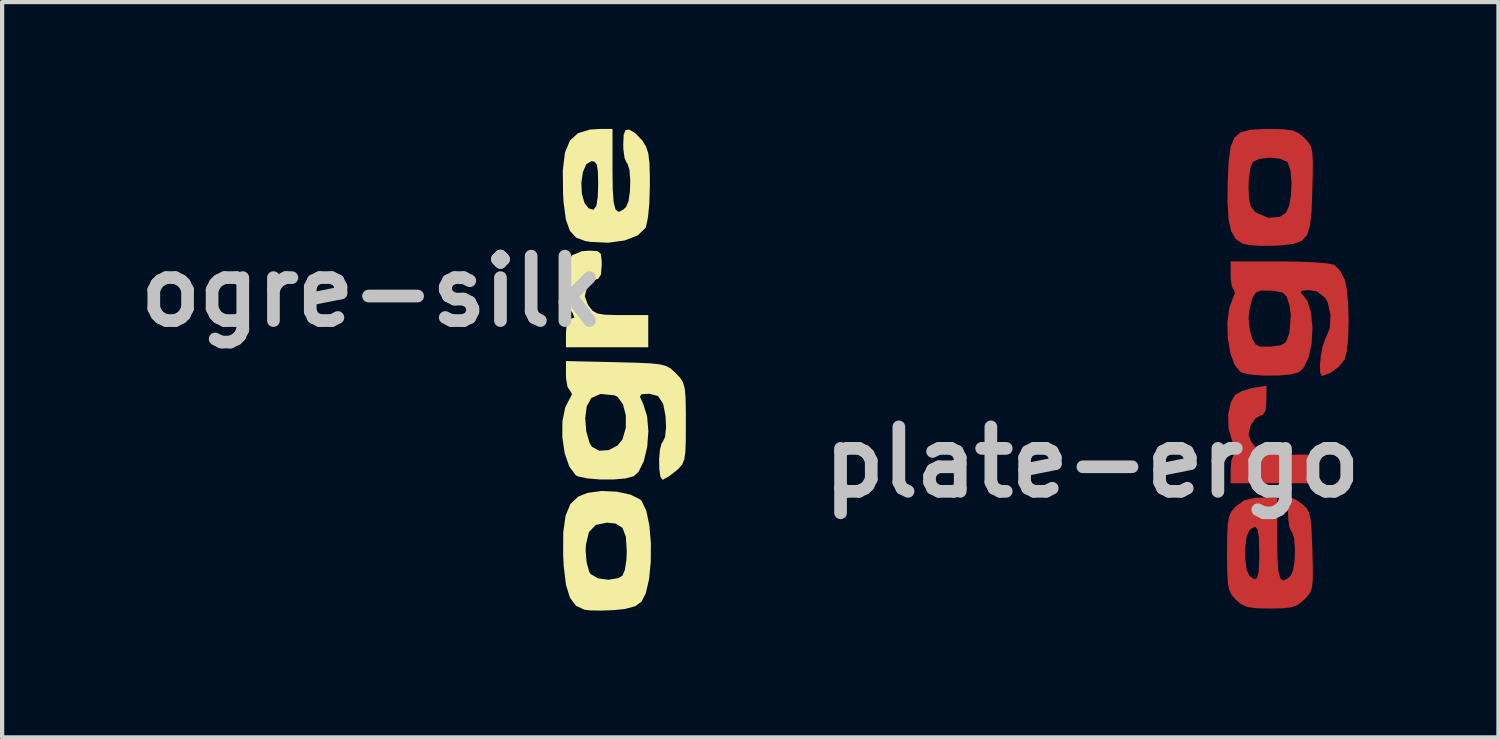
<source format=kicad_pcb>
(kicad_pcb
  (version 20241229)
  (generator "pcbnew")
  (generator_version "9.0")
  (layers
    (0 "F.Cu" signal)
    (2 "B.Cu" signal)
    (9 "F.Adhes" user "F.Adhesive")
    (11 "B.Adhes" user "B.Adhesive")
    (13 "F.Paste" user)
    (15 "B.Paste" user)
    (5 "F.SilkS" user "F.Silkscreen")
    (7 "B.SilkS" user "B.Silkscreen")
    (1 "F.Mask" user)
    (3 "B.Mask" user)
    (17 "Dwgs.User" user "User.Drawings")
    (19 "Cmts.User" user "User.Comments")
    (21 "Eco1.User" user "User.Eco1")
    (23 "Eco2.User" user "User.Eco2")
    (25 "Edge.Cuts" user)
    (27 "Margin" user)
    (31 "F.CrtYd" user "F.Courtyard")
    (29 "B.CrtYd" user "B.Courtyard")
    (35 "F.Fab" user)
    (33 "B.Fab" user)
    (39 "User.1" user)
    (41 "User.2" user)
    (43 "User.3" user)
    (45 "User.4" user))
  (footprint "ogre-silk"
    (layer "F.Cu")
    (at 11.1 5.673)
    (property "Reference" "ogre-silk" (at -5.359 -1.829 0) (layer "Dwgs.User") (effects (font (size 1.524 1.524) (thickness 0.3))))
    (attr through_hole)
    (fp_poly (pts (xy -0.016 -2.783) (xy 0.064 -2.716) (xy 0.084 -2.546) (xy 0.085 -2.455) (xy 0.064 -2.221) (xy -0.004 -2.124) (xy -0.044 -2.117) (xy -0.172 -2.047) (xy -0.268 -1.908) (xy -0.317 -1.716) (xy -0.249 -1.529) (xy -0.222 -1.485) (xy -0.135 -1.374) (xy -0.027 -1.31) (xy 0.147 -1.279) (xy 0.432 -1.27) (xy 0.552 -1.27) (xy 1.185 -1.27) (xy 1.185 -0.508) (xy -0.762 -0.508) (xy -0.762 -0.847) (xy -0.742 -1.081) (xy -0.674 -1.178) (xy -0.632 -1.185) (xy -0.565 -1.211) (xy -0.6 -1.309) (xy -0.686 -1.433) (xy -0.798 -1.624) (xy -0.84 -1.833) (xy -0.827 -2.125) (xy -0.758 -2.473) (xy -0.617 -2.684) (xy -0.383 -2.781) (xy -0.195 -2.794)) (stroke (width 0) (type solid)) (fill yes) (layer "F.SilkS"))
    (fp_poly (pts (xy 0.441 2.908) (xy 0.762 2.977) (xy 0.989 3.09) (xy 1.029 3.129) (xy 1.139 3.361) (xy 1.212 3.709) (xy 1.247 4.127) (xy 1.244 4.564) (xy 1.205 4.975) (xy 1.127 5.311) (xy 1.029 5.505) (xy 0.881 5.616) (xy 0.637 5.682) (xy 0.381 5.709) (xy 0.072 5.721) (xy -0.194 5.716) (xy -0.32 5.702) (xy -0.521 5.61) (xy -0.666 5.42) (xy -0.761 5.113) (xy -0.815 4.668) (xy -0.828 4.41) (xy -0.828 4.318) (xy -0.296 4.318) (xy -0.272 4.588) (xy -0.212 4.801) (xy -0.18 4.855) (xy -0.004 4.958) (xy 0.243 4.992) (xy 0.476 4.954) (xy 0.576 4.894) (xy 0.632 4.757) (xy 0.669 4.514) (xy 0.677 4.318) (xy 0.655 3.973) (xy 0.575 3.764) (xy 0.417 3.663) (xy 0.205 3.641) (xy -0.058 3.695) (xy -0.22 3.866) (xy -0.291 4.168) (xy -0.296 4.318) (xy -0.828 4.318) (xy -0.826 3.872) (xy -0.771 3.476) (xy -0.656 3.2) (xy -0.471 3.024) (xy -0.254 2.937) (xy 0.084 2.892)) (stroke (width 0) (type solid)) (fill yes) (layer "F.SilkS"))
    (fp_poly (pts (xy 0.339 -4.699) (xy 0.345 -4.237) (xy 0.368 -3.929) (xy 0.414 -3.759) (xy 0.488 -3.71) (xy 0.597 -3.768) (xy 0.66 -3.827) (xy 0.718 -3.965) (xy 0.752 -4.197) (xy 0.759 -4.464) (xy 0.741 -4.702) (xy 0.694 -4.851) (xy 0.677 -4.868) (xy 0.626 -4.978) (xy 0.596 -5.193) (xy 0.593 -5.303) (xy 0.604 -5.541) (xy 0.649 -5.647) (xy 0.732 -5.658) (xy 0.875 -5.575) (xy 1.036 -5.409) (xy 1.048 -5.393) (xy 1.133 -5.255) (xy 1.186 -5.093) (xy 1.214 -4.862) (xy 1.223 -4.522) (xy 1.223 -4.334) (xy 1.211 -3.92) (xy 1.179 -3.583) (xy 1.133 -3.363) (xy 1.117 -3.327) (xy 0.933 -3.153) (xy 0.627 -3.035) (xy 0.241 -2.981) (xy -0.183 -3.001) (xy -0.309 -3.022) (xy -0.521 -3.102) (xy -0.669 -3.263) (xy -0.764 -3.529) (xy -0.817 -3.927) (xy -0.831 -4.142) (xy -0.833 -4.399) (xy -0.398 -4.399) (xy -0.385 -4.137) (xy -0.321 -3.915) (xy -0.224 -3.794) (xy -0.113 -3.762) (xy -0.043 -3.85) (xy -0.008 -4.075) (xy 0 -4.365) (xy -0.006 -4.663) (xy -0.031 -4.828) (xy -0.085 -4.898) (xy -0.16 -4.911) (xy -0.282 -4.837) (xy -0.362 -4.649) (xy -0.398 -4.399) (xy -0.833 -4.399) (xy -0.836 -4.7) (xy -0.786 -5.112) (xy -0.669 -5.397) (xy -0.476 -5.573) (xy -0.196 -5.658) (xy 0.048 -5.673) (xy 0.339 -5.673)) (stroke (width 0) (type solid)) (fill yes) (layer "F.SilkS"))
    (fp_poly (pts (xy 0.422 -0.155) (xy 0.891 -0.143) (xy 1.223 -0.128) (xy 1.449 -0.105) (xy 1.6 -0.068) (xy 1.707 -0.012) (xy 1.802 0.071) (xy 1.84 0.108) (xy 1.942 0.218) (xy 2.01 0.327) (xy 2.049 0.473) (xy 2.068 0.693) (xy 2.074 1.023) (xy 2.074 1.279) (xy 2.073 1.689) (xy 2.063 1.966) (xy 2.037 2.145) (xy 1.989 2.263) (xy 1.909 2.356) (xy 1.837 2.42) (xy 1.661 2.555) (xy 1.533 2.623) (xy 1.519 2.625) (xy 1.471 2.551) (xy 1.446 2.368) (xy 1.442 2.137) (xy 1.461 1.916) (xy 1.501 1.764) (xy 1.524 1.736) (xy 1.582 1.616) (xy 1.606 1.392) (xy 1.594 1.123) (xy 1.547 0.872) (xy 1.526 0.81) (xy 1.414 0.644) (xy 1.218 0.593) (xy 1.192 0.593) (xy 1.023 0.602) (xy 0.988 0.663) (xy 1.062 0.823) (xy 1.063 0.826) (xy 1.157 1.12) (xy 1.188 1.477) (xy 1.16 1.849) (xy 1.08 2.186) (xy 0.955 2.439) (xy 0.843 2.542) (xy 0.652 2.594) (xy 0.364 2.62) (xy 0.04 2.619) (xy -0.261 2.594) (xy -0.479 2.546) (xy -0.53 2.519) (xy -0.685 2.311) (xy -0.793 1.994) (xy -0.848 1.62) (xy -0.846 1.244) (xy -0.832 1.174) (xy -0.306 1.174) (xy -0.28 1.489) (xy -0.202 1.756) (xy -0.148 1.846) (xy 0.026 1.94) (xy 0.25 1.924) (xy 0.461 1.813) (xy 0.579 1.664) (xy 0.655 1.389) (xy 0.654 1.096) (xy 0.584 0.836) (xy 0.457 0.663) (xy 0.384 0.628) (xy 0.058 0.596) (xy -0.161 0.691) (xy -0.271 0.889) (xy -0.306 1.174) (xy -0.832 1.174) (xy -0.78 0.919) (xy -0.704 0.765) (xy -0.618 0.603) (xy -0.658 0.529) (xy -0.661 0.527) (xy -0.725 0.43) (xy -0.76 0.227) (xy -0.762 0.156) (xy -0.762 -0.182)) (stroke (width 0) (type solid)) (fill yes) (layer "F.SilkS")))
  (footprint "plate-ergo"
    (layer "F.Cu")
    (at 26.824 5.673)
    (property "Reference" "plate-ergo" (at -4.039 2.21 0) (layer "Dwgs.User") (effects (font (size 1.524 1.524) (thickness 0.3))))
    (attr through_hole)
    (fp_poly (pts (xy 0.085 0.751) (xy 0.064 0.993) (xy -0.003 1.094) (xy -0.039 1.101) (xy -0.178 1.174) (xy -0.292 1.35) (xy -0.339 1.561) (xy -0.282 1.715) (xy -0.169 1.863) (xy -0.04 1.957) (xy 0.141 2.009) (xy 0.421 2.03) (xy 0.593 2.032) (xy 1.185 2.032) (xy 1.185 2.709) (xy -0.762 2.709) (xy -0.762 2.378) (xy -0.742 2.16) (xy -0.691 2.029) (xy -0.674 2.017) (xy -0.645 1.927) (xy -0.715 1.728) (xy -0.726 1.706) (xy -0.812 1.413) (xy -0.821 1.085) (xy -0.758 0.79) (xy -0.657 0.621) (xy -0.497 0.528) (xy -0.26 0.458) (xy -0.227 0.452) (xy 0.085 0.401)) (stroke (width 0) (type solid)) (fill yes) (layer "F.Cu"))
    (fp_poly (pts (xy 0.479 -5.666) (xy 0.696 -5.638) (xy 0.845 -5.576) (xy 0.976 -5.466) (xy 0.985 -5.458) (xy 1.075 -5.36) (xy 1.135 -5.26) (xy 1.169 -5.122) (xy 1.182 -4.913) (xy 1.18 -4.597) (xy 1.171 -4.233) (xy 1.153 -3.743) (xy 1.118 -3.397) (xy 1.048 -3.167) (xy 0.927 -3.029) (xy 0.736 -2.956) (xy 0.458 -2.921) (xy 0.283 -2.91) (xy -0.043 -2.906) (xy -0.323 -2.925) (xy -0.488 -2.961) (xy -0.644 -3.071) (xy -0.751 -3.259) (xy -0.813 -3.548) (xy -0.837 -3.962) (xy -0.833 -4.306) (xy -0.339 -4.306) (xy -0.327 -4.011) (xy -0.283 -3.833) (xy -0.19 -3.718) (xy -0.15 -3.688) (xy 0.128 -3.57) (xy 0.394 -3.592) (xy 0.544 -3.689) (xy 0.622 -3.853) (xy 0.667 -4.117) (xy 0.678 -4.418) (xy 0.653 -4.691) (xy 0.591 -4.875) (xy 0.576 -4.894) (xy 0.409 -4.968) (xy 0.162 -4.992) (xy -0.083 -4.965) (xy -0.237 -4.894) (xy -0.293 -4.758) (xy -0.33 -4.514) (xy -0.339 -4.306) (xy -0.833 -4.306) (xy -0.832 -4.415) (xy -0.809 -4.901) (xy -0.764 -5.243) (xy -0.675 -5.466) (xy -0.523 -5.595) (xy -0.29 -5.655) (xy 0.045 -5.672) (xy 0.144 -5.673)) (stroke (width 0) (type solid)) (fill yes) (layer "F.Cu"))
    (fp_poly (pts (xy 0.339 4.022) (xy 0.345 4.483) (xy 0.368 4.791) (xy 0.414 4.962) (xy 0.488 5.011) (xy 0.597 4.953) (xy 0.66 4.894) (xy 0.718 4.756) (xy 0.752 4.523) (xy 0.759 4.257) (xy 0.741 4.019) (xy 0.694 3.869) (xy 0.677 3.852) (xy 0.627 3.749) (xy 0.6 3.554) (xy 0.595 3.332) (xy 0.615 3.143) (xy 0.659 3.05) (xy 0.668 3.048) (xy 0.782 3.097) (xy 0.943 3.21) (xy 1.032 3.294) (xy 1.091 3.398) (xy 1.129 3.559) (xy 1.152 3.81) (xy 1.168 4.187) (xy 1.172 4.307) (xy 1.182 4.718) (xy 1.181 4.996) (xy 1.161 5.178) (xy 1.116 5.3) (xy 1.042 5.399) (xy 0.985 5.457) (xy 0.849 5.573) (xy 0.698 5.638) (xy 0.479 5.667) (xy 0.169 5.673) (xy -0.161 5.665) (xy -0.374 5.634) (xy -0.522 5.565) (xy -0.639 5.465) (xy -0.732 5.36) (xy -0.792 5.245) (xy -0.827 5.082) (xy -0.842 4.834) (xy -0.847 4.462) (xy -0.847 4.36) (xy -0.846 4.23) (xy -0.417 4.23) (xy -0.416 4.512) (xy -0.382 4.758) (xy -0.322 4.894) (xy -0.211 4.979) (xy -0.14 4.954) (xy -0.1 4.803) (xy -0.086 4.506) (xy -0.085 4.36) (xy -0.093 4.007) (xy -0.122 3.806) (xy -0.181 3.737) (xy -0.277 3.785) (xy -0.322 3.827) (xy -0.386 3.979) (xy -0.417 4.23) (xy -0.846 4.23) (xy -0.844 3.956) (xy -0.831 3.684) (xy -0.802 3.505) (xy -0.748 3.383) (xy -0.662 3.28) (xy -0.639 3.256) (xy -0.44 3.111) (xy -0.187 3.053) (xy -0.046 3.048) (xy 0.339 3.048)) (stroke (width 0) (type solid)) (fill yes) (layer "F.Cu"))
    (fp_poly (pts (xy 0.822 -2.534) (xy 1.207 -2.518) (xy 1.502 -2.494) (xy 1.673 -2.464) (xy 1.69 -2.457) (xy 1.825 -2.322) (xy 1.937 -2.111) (xy 1.938 -2.106) (xy 1.989 -1.863) (xy 2.019 -1.52) (xy 2.029 -1.13) (xy 2.019 -0.748) (xy 1.988 -0.427) (xy 1.938 -0.225) (xy 1.803 -0.053) (xy 1.601 0.097) (xy 1.409 0.169) (xy 1.393 0.169) (xy 1.356 0.096) (xy 1.351 -0.084) (xy 1.373 -0.315) (xy 1.416 -0.538) (xy 1.473 -0.697) (xy 1.484 -0.715) (xy 1.584 -0.962) (xy 1.6 -1.274) (xy 1.534 -1.569) (xy 1.477 -1.674) (xy 1.277 -1.831) (xy 1.075 -1.861) (xy 0.917 -1.845) (xy 0.895 -1.804) (xy 0.905 -1.796) (xy 1.051 -1.614) (xy 1.14 -1.322) (xy 1.174 -0.968) (xy 1.154 -0.6) (xy 1.082 -0.266) (xy 0.959 -0.015) (xy 0.849 0.084) (xy 0.661 0.134) (xy 0.371 0.16) (xy 0.042 0.163) (xy -0.264 0.142) (xy -0.484 0.098) (xy -0.526 0.08) (xy -0.666 -0.087) (xy -0.769 -0.37) (xy -0.829 -0.72) (xy -0.84 -1.089) (xy -0.827 -1.185) (xy -0.339 -1.185) (xy -0.307 -0.914) (xy -0.254 -0.72) (xy -0.181 -0.58) (xy -0.066 -0.523) (xy 0.15 -0.522) (xy 0.19 -0.524) (xy 0.421 -0.553) (xy 0.54 -0.625) (xy 0.608 -0.788) (xy 0.629 -0.868) (xy 0.662 -1.275) (xy 0.629 -1.503) (xy 0.565 -1.704) (xy 0.469 -1.801) (xy 0.281 -1.839) (xy 0.19 -1.846) (xy -0.044 -1.851) (xy -0.169 -1.802) (xy -0.244 -1.675) (xy -0.254 -1.65) (xy -0.32 -1.388) (xy -0.339 -1.185) (xy -0.827 -1.185) (xy -0.797 -1.426) (xy -0.724 -1.63) (xy -0.663 -1.789) (xy -0.678 -1.862) (xy -0.682 -1.863) (xy -0.732 -1.938) (xy -0.76 -2.125) (xy -0.762 -2.201) (xy -0.762 -2.54) (xy 0.387 -2.54)) (stroke (width 0) (type solid)) (fill yes) (layer "F.Cu"))
    (fp_poly (pts (xy 0.085 0.751) (xy 0.064 0.993) (xy -0.003 1.094) (xy -0.039 1.101) (xy -0.178 1.174) (xy -0.292 1.35) (xy -0.339 1.561) (xy -0.282 1.715) (xy -0.169 1.863) (xy -0.04 1.957) (xy 0.141 2.009) (xy 0.421 2.03) (xy 0.593 2.032) (xy 1.185 2.032) (xy 1.185 2.709) (xy -0.762 2.709) (xy -0.762 2.378) (xy -0.742 2.16) (xy -0.691 2.029) (xy -0.674 2.017) (xy -0.645 1.927) (xy -0.715 1.728) (xy -0.726 1.706) (xy -0.812 1.413) (xy -0.821 1.085) (xy -0.758 0.79) (xy -0.657 0.621) (xy -0.497 0.528) (xy -0.26 0.458) (xy -0.227 0.452) (xy 0.085 0.401)) (stroke (width 0) (type solid)) (fill yes) (layer "F.Mask"))
    (fp_poly (pts (xy 0.479 -5.666) (xy 0.696 -5.638) (xy 0.845 -5.576) (xy 0.976 -5.466) (xy 0.985 -5.458) (xy 1.075 -5.36) (xy 1.135 -5.26) (xy 1.169 -5.122) (xy 1.182 -4.913) (xy 1.18 -4.597) (xy 1.171 -4.233) (xy 1.153 -3.743) (xy 1.118 -3.397) (xy 1.048 -3.167) (xy 0.927 -3.029) (xy 0.736 -2.956) (xy 0.458 -2.921) (xy 0.283 -2.91) (xy -0.043 -2.906) (xy -0.323 -2.925) (xy -0.488 -2.961) (xy -0.644 -3.071) (xy -0.751 -3.259) (xy -0.813 -3.548) (xy -0.837 -3.962) (xy -0.833 -4.306) (xy -0.339 -4.306) (xy -0.327 -4.011) (xy -0.283 -3.833) (xy -0.19 -3.718) (xy -0.15 -3.688) (xy 0.128 -3.57) (xy 0.394 -3.592) (xy 0.544 -3.689) (xy 0.622 -3.853) (xy 0.667 -4.117) (xy 0.678 -4.418) (xy 0.653 -4.691) (xy 0.591 -4.875) (xy 0.576 -4.894) (xy 0.409 -4.968) (xy 0.162 -4.992) (xy -0.083 -4.965) (xy -0.237 -4.894) (xy -0.293 -4.758) (xy -0.33 -4.514) (xy -0.339 -4.306) (xy -0.833 -4.306) (xy -0.832 -4.415) (xy -0.809 -4.901) (xy -0.764 -5.243) (xy -0.675 -5.466) (xy -0.523 -5.595) (xy -0.29 -5.655) (xy 0.045 -5.672) (xy 0.144 -5.673)) (stroke (width 0) (type solid)) (fill yes) (layer "F.Mask"))
    (fp_poly (pts (xy 0.339 4.022) (xy 0.345 4.483) (xy 0.368 4.791) (xy 0.414 4.962) (xy 0.488 5.011) (xy 0.597 4.953) (xy 0.66 4.894) (xy 0.718 4.756) (xy 0.752 4.523) (xy 0.759 4.257) (xy 0.741 4.019) (xy 0.694 3.869) (xy 0.677 3.852) (xy 0.627 3.749) (xy 0.6 3.554) (xy 0.595 3.332) (xy 0.615 3.143) (xy 0.659 3.05) (xy 0.668 3.048) (xy 0.782 3.097) (xy 0.943 3.21) (xy 1.032 3.294) (xy 1.091 3.398) (xy 1.129 3.559) (xy 1.152 3.81) (xy 1.168 4.187) (xy 1.172 4.307) (xy 1.182 4.718) (xy 1.181 4.996) (xy 1.161 5.178) (xy 1.116 5.3) (xy 1.042 5.399) (xy 0.985 5.457) (xy 0.849 5.573) (xy 0.698 5.638) (xy 0.479 5.667) (xy 0.169 5.673) (xy -0.161 5.665) (xy -0.374 5.634) (xy -0.522 5.565) (xy -0.639 5.465) (xy -0.732 5.36) (xy -0.792 5.245) (xy -0.827 5.082) (xy -0.842 4.834) (xy -0.847 4.462) (xy -0.847 4.36) (xy -0.846 4.23) (xy -0.417 4.23) (xy -0.416 4.512) (xy -0.382 4.758) (xy -0.322 4.894) (xy -0.211 4.979) (xy -0.14 4.954) (xy -0.1 4.803) (xy -0.086 4.506) (xy -0.085 4.36) (xy -0.093 4.007) (xy -0.122 3.806) (xy -0.181 3.737) (xy -0.277 3.785) (xy -0.322 3.827) (xy -0.386 3.979) (xy -0.417 4.23) (xy -0.846 4.23) (xy -0.844 3.956) (xy -0.831 3.684) (xy -0.802 3.505) (xy -0.748 3.383) (xy -0.662 3.28) (xy -0.639 3.256) (xy -0.44 3.111) (xy -0.187 3.053) (xy -0.046 3.048) (xy 0.339 3.048)) (stroke (width 0) (type solid)) (fill yes) (layer "F.Mask"))
    (fp_poly (pts (xy 0.822 -2.534) (xy 1.207 -2.518) (xy 1.502 -2.494) (xy 1.673 -2.464) (xy 1.69 -2.457) (xy 1.825 -2.322) (xy 1.937 -2.111) (xy 1.938 -2.106) (xy 1.989 -1.863) (xy 2.019 -1.52) (xy 2.029 -1.13) (xy 2.019 -0.748) (xy 1.988 -0.427) (xy 1.938 -0.225) (xy 1.803 -0.053) (xy 1.601 0.097) (xy 1.409 0.169) (xy 1.393 0.169) (xy 1.356 0.096) (xy 1.351 -0.084) (xy 1.373 -0.315) (xy 1.416 -0.538) (xy 1.473 -0.697) (xy 1.484 -0.715) (xy 1.584 -0.962) (xy 1.6 -1.274) (xy 1.534 -1.569) (xy 1.477 -1.674) (xy 1.277 -1.831) (xy 1.075 -1.861) (xy 0.917 -1.845) (xy 0.895 -1.804) (xy 0.905 -1.796) (xy 1.051 -1.614) (xy 1.14 -1.322) (xy 1.174 -0.968) (xy 1.154 -0.6) (xy 1.082 -0.266) (xy 0.959 -0.015) (xy 0.849 0.084) (xy 0.661 0.134) (xy 0.371 0.16) (xy 0.042 0.163) (xy -0.264 0.142) (xy -0.484 0.098) (xy -0.526 0.08) (xy -0.666 -0.087) (xy -0.769 -0.37) (xy -0.829 -0.72) (xy -0.84 -1.089) (xy -0.827 -1.185) (xy -0.339 -1.185) (xy -0.307 -0.914) (xy -0.254 -0.72) (xy -0.181 -0.58) (xy -0.066 -0.523) (xy 0.15 -0.522) (xy 0.19 -0.524) (xy 0.421 -0.553) (xy 0.54 -0.625) (xy 0.608 -0.788) (xy 0.629 -0.868) (xy 0.662 -1.275) (xy 0.629 -1.503) (xy 0.565 -1.704) (xy 0.469 -1.801) (xy 0.281 -1.839) (xy 0.19 -1.846) (xy -0.044 -1.851) (xy -0.169 -1.802) (xy -0.244 -1.675) (xy -0.254 -1.65) (xy -0.32 -1.388) (xy -0.339 -1.185) (xy -0.827 -1.185) (xy -0.797 -1.426) (xy -0.724 -1.63) (xy -0.663 -1.789) (xy -0.678 -1.862) (xy -0.682 -1.863) (xy -0.732 -1.938) (xy -0.76 -2.125) (xy -0.762 -2.201) (xy -0.762 -2.54) (xy 0.387 -2.54)) (stroke (width 0) (type solid)) (fill yes) (layer "F.Mask")))
  (gr_rect
    (start -3 -3)
    (end 32.397 14.394)
    (stroke (width 0.1) (type default))
    (fill no)
    (layer "Edge.Cuts")))
</source>
